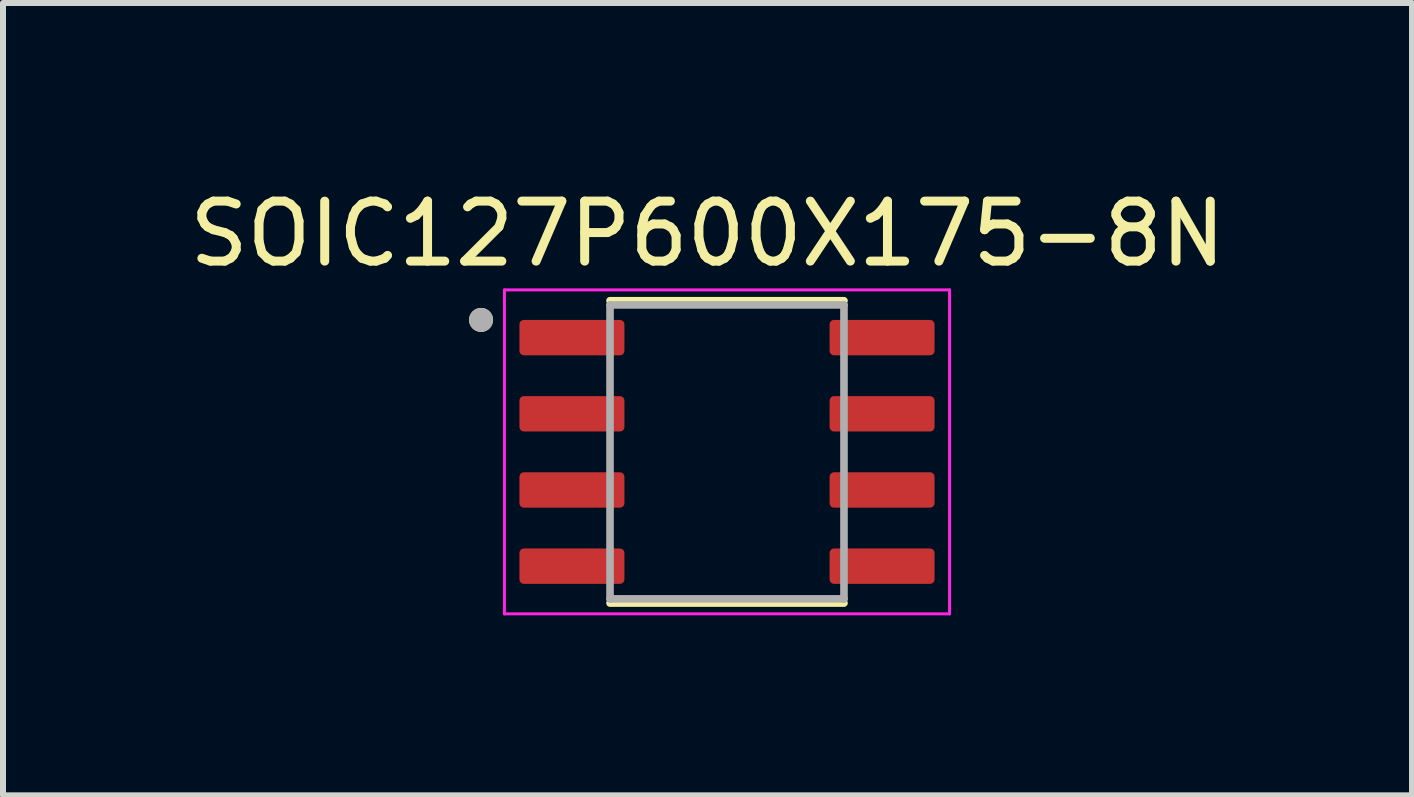
<source format=kicad_pcb>
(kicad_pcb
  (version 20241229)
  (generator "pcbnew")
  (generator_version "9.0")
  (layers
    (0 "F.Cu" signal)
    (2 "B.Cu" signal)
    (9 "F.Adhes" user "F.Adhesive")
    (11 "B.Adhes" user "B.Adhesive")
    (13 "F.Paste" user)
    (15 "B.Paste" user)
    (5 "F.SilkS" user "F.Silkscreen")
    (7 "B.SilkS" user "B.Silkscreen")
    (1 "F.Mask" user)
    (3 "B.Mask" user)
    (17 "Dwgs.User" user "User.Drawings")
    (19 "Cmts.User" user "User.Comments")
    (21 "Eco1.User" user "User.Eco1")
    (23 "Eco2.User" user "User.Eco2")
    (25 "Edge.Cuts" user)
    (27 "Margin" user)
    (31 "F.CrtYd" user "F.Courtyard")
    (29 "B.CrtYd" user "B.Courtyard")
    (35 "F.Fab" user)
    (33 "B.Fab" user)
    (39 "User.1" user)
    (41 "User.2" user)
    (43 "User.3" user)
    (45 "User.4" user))
  (footprint "SOIC127P600X175-8N"
    (layer "F.Cu")
    (at 9.069 4.483)
    (property "Reference" "SOIC127P600X175-8N" (at -0.325 -3.635 0) (layer "F.SilkS") (effects (font (size 1 1) (thickness 0.15))))
    (attr smd)
    (fp_line (start -1.95 -2.52) (end 1.95 -2.52) (stroke (width 0.127) (type solid)) (layer "F.SilkS"))
    (fp_line (start -1.95 2.52) (end 1.95 2.52) (stroke (width 0.127) (type solid)) (layer "F.SilkS"))
    (fp_circle (center -4.1 -2.2) (end -4 -2.2) (stroke (width 0.2) (type solid)) (fill no) (layer "F.SilkS"))
    (fp_line (start -3.71 -2.7) (end -3.71 2.7) (stroke (width 0.05) (type solid)) (layer "F.CrtYd"))
    (fp_line (start -3.71 -2.7) (end 3.71 -2.7) (stroke (width 0.05) (type solid)) (layer "F.CrtYd"))
    (fp_line (start -3.71 2.7) (end 3.71 2.7) (stroke (width 0.05) (type solid)) (layer "F.CrtYd"))
    (fp_line (start 3.71 -2.7) (end 3.71 2.7) (stroke (width 0.05) (type solid)) (layer "F.CrtYd"))
    (fp_line (start -1.95 -2.45) (end -1.95 2.45) (stroke (width 0.127) (type solid)) (layer "F.Fab"))
    (fp_line (start -1.95 -2.45) (end 1.95 -2.45) (stroke (width 0.127) (type solid)) (layer "F.Fab"))
    (fp_line (start -1.95 2.45) (end 1.95 2.45) (stroke (width 0.127) (type solid)) (layer "F.Fab"))
    (fp_line (start 1.95 -2.45) (end 1.95 2.45) (stroke (width 0.127) (type solid)) (layer "F.Fab"))
    (fp_circle (center -4.1 -2.2) (end -4 -2.2) (stroke (width 0.2) (type solid)) (fill no) (layer "F.Fab"))
    (pad "1" smd roundrect (at -2.585 -1.905) (size 1.75 0.59) (layers "F.Cu" "F.Mask" "F.Paste") (roundrect_rratio 0.125))
    (pad "2" smd roundrect (at -2.585 -0.635) (size 1.75 0.59) (layers "F.Cu" "F.Mask" "F.Paste") (roundrect_rratio 0.125))
    (pad "3" smd roundrect (at -2.585 0.635) (size 1.75 0.59) (layers "F.Cu" "F.Mask" "F.Paste") (roundrect_rratio 0.125))
    (pad "4" smd roundrect (at -2.585 1.905) (size 1.75 0.59) (layers "F.Cu" "F.Mask" "F.Paste") (roundrect_rratio 0.125))
    (pad "5" smd roundrect (at 2.585 1.905) (size 1.75 0.59) (layers "F.Cu" "F.Mask" "F.Paste") (roundrect_rratio 0.125))
    (pad "6" smd roundrect (at 2.585 0.635) (size 1.75 0.59) (layers "F.Cu" "F.Mask" "F.Paste") (roundrect_rratio 0.125))
    (pad "7" smd roundrect (at 2.585 -0.635) (size 1.75 0.59) (layers "F.Cu" "F.Mask" "F.Paste") (roundrect_rratio 0.125))
    (pad "8" smd roundrect (at 2.585 -1.905) (size 1.75 0.59) (layers "F.Cu" "F.Mask" "F.Paste") (roundrect_rratio 0.125)))
  (gr_rect
    (start -3 -3)
    (end 20.488 10.208)
    (stroke (width 0.1) (type default))
    (fill no)
    (layer "Edge.Cuts")))
</source>
